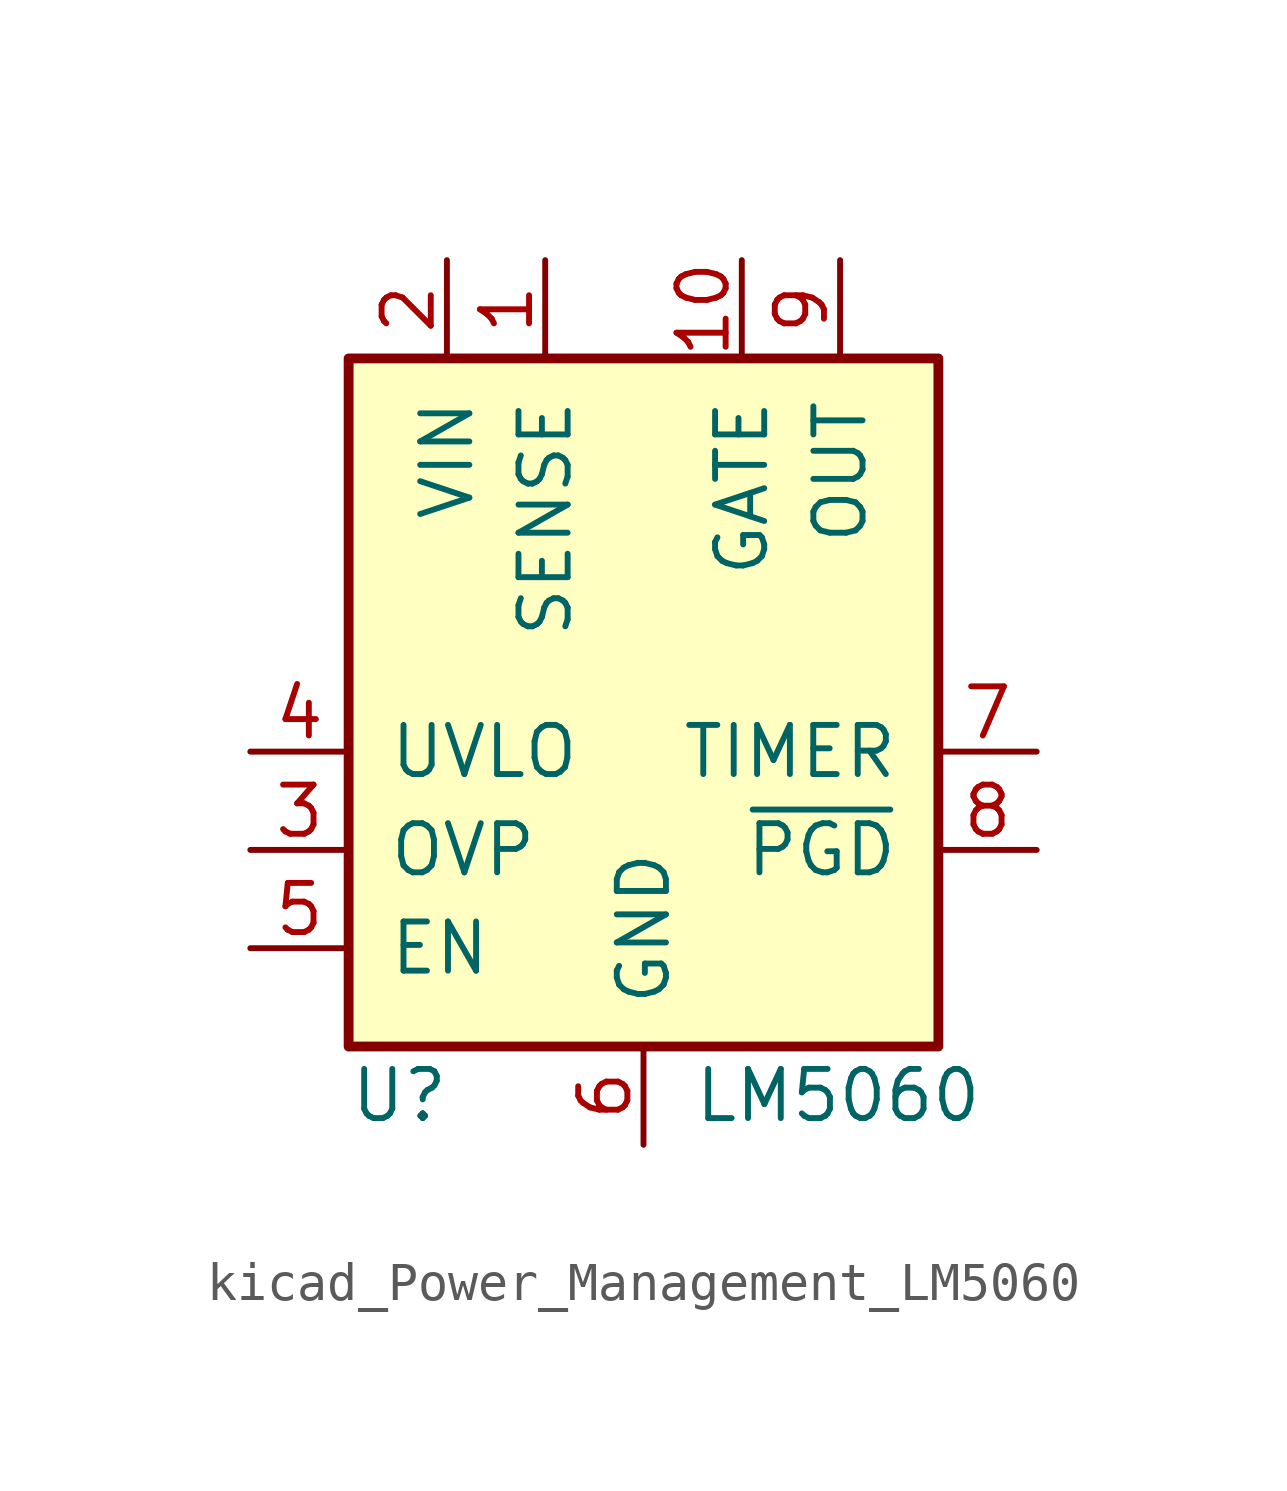
<source format=kicad_sym>
(kicad_symbol_lib
  (version 20220914)
  (generator kicad_symbol_editor)
  (symbol "kicad_Power_Management_LM5060"
    (pin_names
      (offset 1.016))
    (property "Reference" "U"
      (at -7.62 -11.43 0)
      (effects (font (size 1.27 1.27)) (justify left)))
    (property "Value" "LM5060"
      (at 1.27 -11.43 0)
      (effects (font (size 1.27 1.27)) (justify left)))
    (symbol "kicad_Power_Management_LM5060_0_1"
      (rectangle (start 7.62 7.62) (end -7.62 -10.16) (stroke (width 0.254) (type default)) (fill (type background))))
    (symbol "kicad_Power_Management_LM5060_1_0"
      (pin power_in line (at 0 -12.7 90) (length 2.54) (name "GND" (effects (font (size 1.27 1.27)))) (number "6" (effects (font (size 1.27 1.27))))))
    (symbol "kicad_Power_Management_LM5060_1_1"
      (pin input line (at -2.54 10.16 270) (length 2.54) (name "SENSE" (effects (font (size 1.27 1.27)))) (number "1" (effects (font (size 1.27 1.27)))))
      (pin output line (at 2.54 10.16 270) (length 2.54) (name "GATE" (effects (font (size 1.27 1.27)))) (number "10" (effects (font (size 1.27 1.27)))))
      (pin power_in line (at -5.08 10.16 270) (length 2.54) (name "VIN" (effects (font (size 1.27 1.27)))) (number "2" (effects (font (size 1.27 1.27)))))
      (pin input line (at -10.16 -5.08 0) (length 2.54) (name "OVP" (effects (font (size 1.27 1.27)))) (number "3" (effects (font (size 1.27 1.27)))))
      (pin input line (at -10.16 -2.54 0) (length 2.54) (name "UVLO" (effects (font (size 1.27 1.27)))) (number "4" (effects (font (size 1.27 1.27)))))
      (pin input line (at -10.16 -7.62 0) (length 2.54) (name "EN" (effects (font (size 1.27 1.27)))) (number "5" (effects (font (size 1.27 1.27)))))
      (pin input line (at 10.16 -2.54 180) (length 2.54) (name "TIMER" (effects (font (size 1.27 1.27)))) (number "7" (effects (font (size 1.27 1.27)))))
      (pin open_collector line (at 10.16 -5.08 180) (length 2.54) (name "~{PGD}" (effects (font (size 1.27 1.27)))) (number "8" (effects (font (size 1.27 1.27)))))
      (pin input line (at 5.08 10.16 270) (length 2.54) (name "OUT" (effects (font (size 1.27 1.27)))) (number "9" (effects (font (size 1.27 1.27))))))))
</source>
